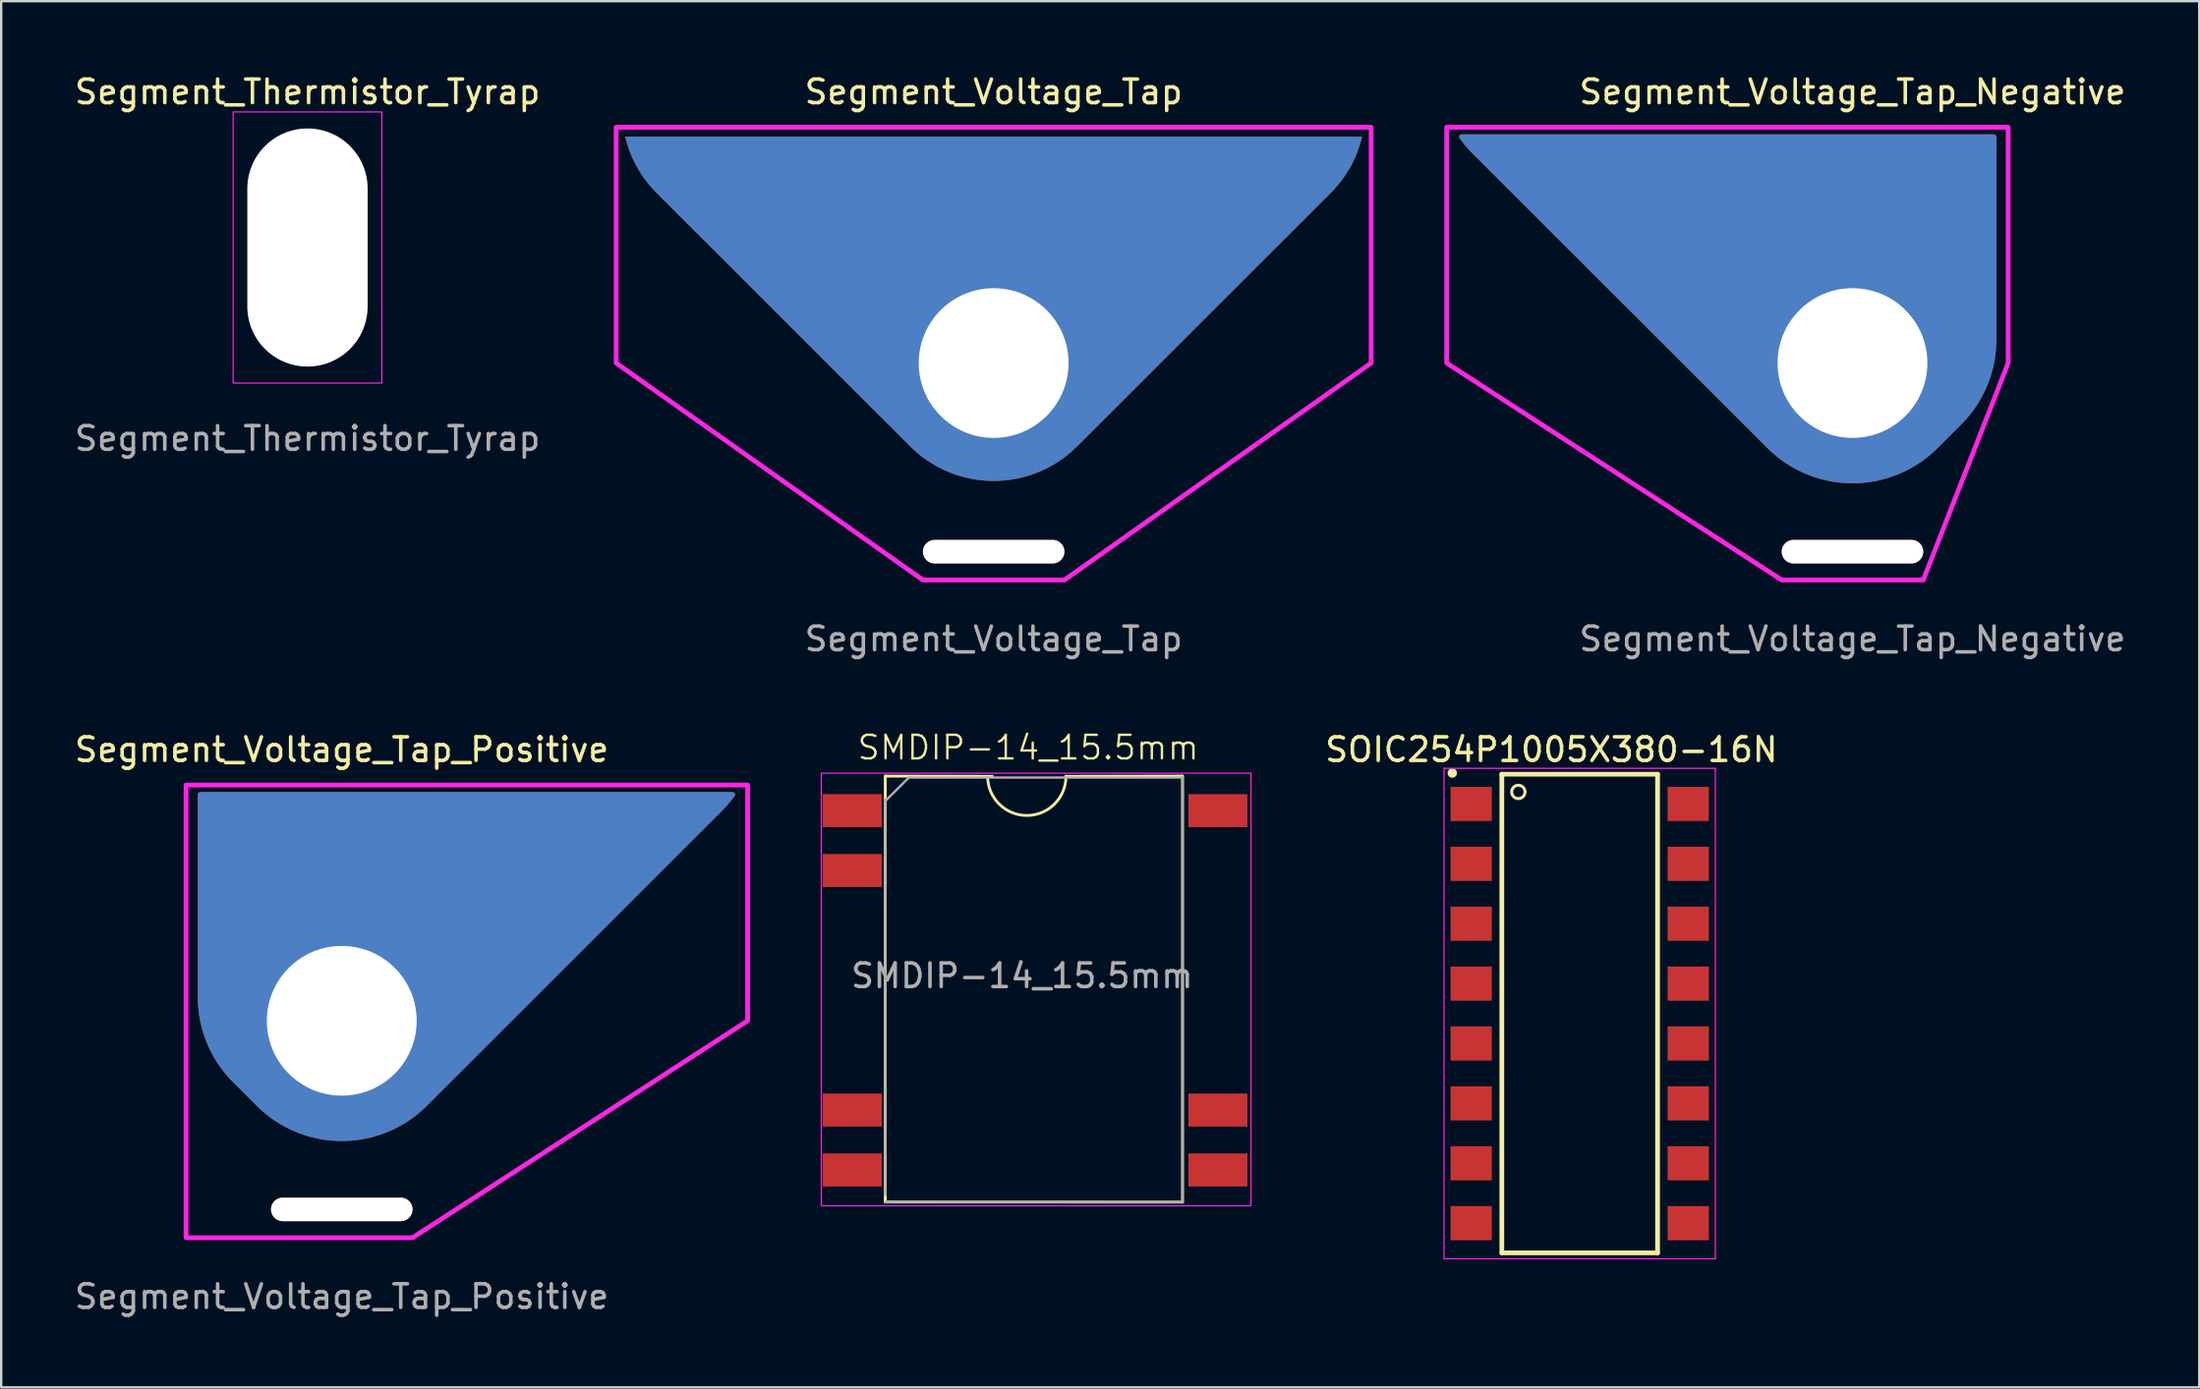
<source format=kicad_pcb>
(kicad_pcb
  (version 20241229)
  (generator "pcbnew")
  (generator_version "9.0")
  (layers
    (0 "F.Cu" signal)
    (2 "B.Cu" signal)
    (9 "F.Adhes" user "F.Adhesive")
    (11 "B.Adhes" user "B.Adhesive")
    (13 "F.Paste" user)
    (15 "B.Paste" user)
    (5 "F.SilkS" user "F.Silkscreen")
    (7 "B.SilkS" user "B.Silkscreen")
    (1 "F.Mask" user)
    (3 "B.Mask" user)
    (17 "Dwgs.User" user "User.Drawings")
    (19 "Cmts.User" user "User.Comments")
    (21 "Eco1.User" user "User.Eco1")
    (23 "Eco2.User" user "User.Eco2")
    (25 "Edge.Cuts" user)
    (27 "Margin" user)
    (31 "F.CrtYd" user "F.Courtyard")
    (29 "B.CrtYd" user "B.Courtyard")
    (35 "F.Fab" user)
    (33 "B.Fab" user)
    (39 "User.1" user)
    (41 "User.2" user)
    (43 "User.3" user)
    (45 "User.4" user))
  (footprint "Segment_Voltage_Tap_Positive"
    (layer "F.Cu")
    (at 11.435 40.245)
    (property "Reference" "Segment_Voltage_Tap_Positive" (at 0 -11.5 0) (unlocked yes) (layer "F.SilkS") (effects (font (size 1 1) (thickness 0.15))))
    (attr through_hole)
    (fp_circle (center 0 0) (end 4.75 0) (stroke (width 0.4) (type solid)) (fill yes) (layer "B.Mask"))
    (fp_poly (pts (xy -6.6 -10) (xy 17.2 -10) (xy 17.2 0) (xy 3 9.2) (xy -6.6 9.2)) (stroke (width 0.2) (type solid)) (fill no) (layer "F.CrtYd"))
    (fp_text user "${REFERENCE}" (at 0 11.7 0) (unlocked yes) (layer "F.Fab") (effects (font (size 1 1) (thickness 0.15))))
    (pad "" np_thru_hole roundrect (at 0 8) (size 6 1) (drill oval 6 1) (layers "*.Mask" "F.Cu") (roundrect_rratio 0.5))
    (pad "1" thru_hole custom (at 0 0) (size 10 10) (drill 6.35) (layers "*.Cu" "F.Mask") (options (anchor circle)) (primitives (gr_circle (center 0 0) (end 2.1 0) (width 0.2) (fill no)) (gr_poly (pts (arc (start -4.535534 2.535534) (mid -5.619398 0.913417) (end -6 -1)) (xy -6 -9.6) (arc (start 16.573082 -9.6) (mid 16.317556 -9.271028) (end 16.035534 -8.964466)) (arc (start 3.535534 3.535534) (mid 0 5) (end -3.535534 3.535534))) (width 0.2) (fill yes)))))
  (footprint "Segment_Voltage_Tap_Negative"
    (layer "F.Cu")
    (at 75.464 12.348)
    (property "Reference" "Segment_Voltage_Tap_Negative" (at 0 -11.5 0) (unlocked yes) (layer "F.SilkS") (effects (font (size 1 1) (thickness 0.15))))
    (attr through_hole)
    (fp_circle (center 0 0) (end 4.75 0) (stroke (width 0.4) (type solid)) (fill yes) (layer "B.Mask"))
    (fp_poly (pts (xy -17.2 -10) (xy 6.6 -10) (xy 6.6 0) (xy 3 9.2) (xy -3 9.2) (xy -17.2 0)) (stroke (width 0.2) (type solid)) (fill no) (layer "F.CrtYd"))
    (fp_text user "${REFERENCE}" (at 0 11.7 0) (unlocked yes) (layer "F.Fab") (effects (font (size 1 1) (thickness 0.15))))
    (pad "" np_thru_hole roundrect (at 0 8) (size 6 1) (drill oval 6 1) (layers "*.Mask" "F.Cu") (roundrect_rratio 0.5))
    (pad "1" thru_hole custom (at 0 0) (size 10 10) (drill 6.35) (layers "*.Cu" "F.Mask") (options (anchor circle)) (primitives (gr_poly (pts (arc (start -3.535534 3.535534) (mid 0 5) (end 3.535534 3.535534)) (arc (start 4.535534 2.535534) (mid 5.619398 0.913417) (end 6 -1)) (xy 6 -9.6) (arc (start -16.573082 -9.6) (mid -16.317556 -9.271027) (end -16.035534 -8.964466))) (width 0.2) (fill yes)) (gr_circle (center 0 0) (end 2.1 0) (width 0.2) (fill no)))))
  (footprint "Segment_Thermistor_Tyrap"
    (layer "F.Cu")
    (at 9.982 7.448)
    (property "Reference" "Segment_Thermistor_Tyrap" (at 0 -6.6 0) (unlocked yes) (layer "F.SilkS") (effects (font (size 1 1) (thickness 0.15))))
    (attr through_hole)
    (fp_rect (start -3.15 -5.75) (end 3.15 5.75) (stroke (width 0.05) (type default)) (fill no) (layer "F.CrtYd"))
    (fp_text user "${REFERENCE}" (at 0 8.1 0) (unlocked yes) (layer "F.Fab") (effects (font (size 1 1) (thickness 0.15))))
    (pad "" np_thru_hole oval (at 0 0) (size 5.1 10.1) (drill oval 5.1 10.1) (layers "*.Cu" "*.Mask")))
  (footprint "SMDIP-14_15.5mm"
    (layer "F.Cu")
    (at 33.07 31.332)
    (property "Reference" "SMDIP-14_15.5mm" (at 7.46 -2.675 0) (unlocked yes) (layer "F.SilkS") (effects (font (size 1 1) (thickness 0.1))))
    (attr smd)
    (fp_line (start 1.4 -1.465) (end 1.4 16.6) (stroke (width 0.12) (type solid)) (layer "F.SilkS"))
    (fp_line (start 1.4 16.6) (end 14 16.605) (stroke (width 0.12) (type solid)) (layer "F.SilkS"))
    (fp_line (start 5.94 -1.455) (end 1.4 -1.465) (stroke (width 0.12) (type solid)) (layer "F.SilkS"))
    (fp_line (start 14 -1.465) (end 9.06 -1.455) (stroke (width 0.12) (type solid)) (layer "F.SilkS"))
    (fp_line (start 14 16.605) (end 14 -1.465) (stroke (width 0.12) (type solid)) (layer "F.SilkS"))
    (fp_arc (start 9.06 -1.455) (mid 7.4 0.205) (end 5.74 -1.455) (stroke (width 0.12) (type solid)) (layer "F.SilkS"))
    (fp_line (start -1.31 -1.59) (end -1.31 16.76) (stroke (width 0.05) (type solid)) (layer "F.CrtYd"))
    (fp_line (start -1.31 16.76) (end 16.9 16.76) (stroke (width 0.05) (type solid)) (layer "F.CrtYd"))
    (fp_line (start 16.9 -1.59) (end -1.31 -1.59) (stroke (width 0.05) (type solid)) (layer "F.CrtYd"))
    (fp_line (start 16.9 16.76) (end 16.9 -1.59) (stroke (width 0.05) (type solid)) (layer "F.CrtYd"))
    (fp_line (start 1.4 -0.405) (end 2.4 -1.405) (stroke (width 0.1) (type solid)) (layer "F.Fab"))
    (fp_line (start 1.4 16.295) (end 1.4 -0.485) (stroke (width 0.1) (type solid)) (layer "F.Fab"))
    (fp_line (start 2.4 -1.405) (end 14 -1.405) (stroke (width 0.1) (type solid)) (layer "F.Fab"))
    (fp_line (start 14 -1.405) (end 14 16.605) (stroke (width 0.1) (type solid)) (layer "F.Fab"))
    (fp_line (start 14 16.605) (end 1.4 16.6) (stroke (width 0.1) (type solid)) (layer "F.Fab"))
    (fp_text user "${REFERENCE}" (at 7.2 7.005 0) (unlocked yes) (layer "F.Fab") (effects (font (size 1 1) (thickness 0.15))))
    (pad "1" smd rect (at 0 0) (size 2.5 1.4) (layers "F.Cu" "F.Mask" "F.Paste"))
    (pad "2" smd rect (at 0 2.54) (size 2.5 1.4) (layers "F.Cu" "F.Mask" "F.Paste"))
    (pad "6" smd rect (at 0 12.7) (size 2.5 1.4) (layers "F.Cu" "F.Mask" "F.Paste"))
    (pad "7" smd rect (at 0 15.24) (size 2.5 1.4) (layers "F.Cu" "F.Mask" "F.Paste"))
    (pad "8" smd rect (at 15.5 15.24) (size 2.5 1.4) (layers "F.Cu" "F.Mask" "F.Paste"))
    (pad "9" smd rect (at 15.5 12.7) (size 2.5 1.4) (layers "F.Cu" "F.Mask" "F.Paste"))
    (pad "14" smd rect (at 15.5 0) (size 2.5 1.4) (layers "F.Cu" "F.Mask" "F.Paste")))
  (footprint "Segment_Voltage_Tap"
    (layer "F.Cu")
    (at 39.064 12.348)
    (property "Reference" "Segment_Voltage_Tap" (at 0 -11.5 0) (unlocked yes) (layer "F.SilkS") (effects (font (size 1 1) (thickness 0.15))))
    (attr through_hole)
    (fp_circle (center 0 0) (end 4.75 0) (stroke (width 0.4) (type solid)) (fill yes) (layer "B.Mask"))
    (fp_poly (pts (xy -16 -10) (xy 16 -10) (xy 16 0) (xy 3 9.2) (xy -3 9.2) (xy -16 0)) (stroke (width 0.2) (type solid)) (fill no) (layer "F.CrtYd"))
    (fp_text user "${REFERENCE}" (at 0 11.7 0) (unlocked yes) (layer "F.Fab") (effects (font (size 1 1) (thickness 0.15))))
    (pad "" np_thru_hole roundrect (at 0 8) (size 6 1) (drill oval 6 1) (layers "*.Mask" "F.Cu") (roundrect_rratio 0.5))
    (pad "1" thru_hole custom (at 0 0) (size 10 10) (drill 6.35) (layers "*.Cu" "F.Mask") (options (anchor circle)) (primitives (gr_poly (pts (arc (start 14.285534 -7.214466) (mid 15.1168 -8.314623) (end 15.615953 -9.6)) (arc (start -15.615953 -9.6) (mid -15.1168 -8.314623) (end -14.285534 -7.214466)) (arc (start -3.535534 3.535534) (mid 0 5) (end 3.535534 3.535534))) (width 0) (fill yes)) (gr_circle (center 0 0) (end 2.1 0) (width 0.2) (fill no)))))
  (footprint "SOIC254P1005X380-16N"
    (layer "F.Cu")
    (at 63.903 39.938)
    (property "Reference" "SOIC254P1005X380-16N" (at -1.198 -11.192 0) (layer "F.SilkS") (effects (font (size 1.001 1.001) (thickness 0.15))))
    (attr through_hole)
    (fp_line (start -3.3 -10.15) (end 3.3 -10.15) (stroke (width 0.2) (type solid)) (layer "F.SilkS"))
    (fp_line (start -3.3 10.15) (end -3.3 -10.15) (stroke (width 0.2) (type solid)) (layer "F.SilkS"))
    (fp_line (start 3.3 -10.15) (end 3.3 10.15) (stroke (width 0.2) (type solid)) (layer "F.SilkS"))
    (fp_line (start 3.3 10.15) (end -3.3 10.15) (stroke (width 0.2) (type solid)) (layer "F.SilkS"))
    (fp_circle (center -5.4 -10.2) (end -5.3 -10.2) (stroke (width 0.2) (type solid)) (fill no) (layer "F.SilkS"))
    (fp_circle (center -2.6 -9.4) (end -2.317 -9.4) (stroke (width 0.127) (type solid)) (fill no) (layer "F.SilkS"))
    (fp_line (start -5.75 -10.4) (end 5.75 -10.4) (stroke (width 0.05) (type solid)) (layer "F.CrtYd"))
    (fp_line (start -5.75 10.4) (end -5.75 -10.4) (stroke (width 0.05) (type solid)) (layer "F.CrtYd"))
    (fp_line (start 5.75 -10.4) (end 5.75 10.4) (stroke (width 0.05) (type solid)) (layer "F.CrtYd"))
    (fp_line (start 5.75 10.4) (end -5.75 10.4) (stroke (width 0.05) (type solid)) (layer "F.CrtYd"))
    (pad "1" smd rect (at -4.6 -8.89) (size 1.75 1.45) (layers "F.Cu" "F.Mask" "F.Paste"))
    (pad "2" smd rect (at -4.6 -6.35) (size 1.75 1.45) (layers "F.Cu" "F.Mask" "F.Paste"))
    (pad "3" smd rect (at -4.6 -3.81) (size 1.75 1.45) (layers "F.Cu" "F.Mask" "F.Paste"))
    (pad "4" smd rect (at -4.6 -1.27) (size 1.75 1.45) (layers "F.Cu" "F.Mask" "F.Paste"))
    (pad "5" smd rect (at -4.6 1.27) (size 1.75 1.45) (layers "F.Cu" "F.Mask" "F.Paste"))
    (pad "6" smd rect (at -4.6 3.81) (size 1.75 1.45) (layers "F.Cu" "F.Mask" "F.Paste"))
    (pad "7" smd rect (at -4.6 6.35) (size 1.75 1.45) (layers "F.Cu" "F.Mask" "F.Paste"))
    (pad "8" smd rect (at -4.6 8.89) (size 1.75 1.45) (layers "F.Cu" "F.Mask" "F.Paste"))
    (pad "9" smd rect (at 4.6 8.89 180) (size 1.75 1.45) (layers "F.Cu" "F.Mask" "F.Paste"))
    (pad "10" smd rect (at 4.6 6.35 180) (size 1.75 1.45) (layers "F.Cu" "F.Mask" "F.Paste"))
    (pad "11" smd rect (at 4.6 3.81 180) (size 1.75 1.45) (layers "F.Cu" "F.Mask" "F.Paste"))
    (pad "12" smd rect (at 4.6 1.27 180) (size 1.75 1.45) (layers "F.Cu" "F.Mask" "F.Paste"))
    (pad "13" smd rect (at 4.6 -1.27 180) (size 1.75 1.45) (layers "F.Cu" "F.Mask" "F.Paste"))
    (pad "14" smd rect (at 4.6 -3.81 180) (size 1.75 1.45) (layers "F.Cu" "F.Mask" "F.Paste"))
    (pad "15" smd rect (at 4.6 -6.35 180) (size 1.75 1.45) (layers "F.Cu" "F.Mask" "F.Paste"))
    (pad "16" smd rect (at 4.6 -8.89 180) (size 1.75 1.45) (layers "F.Cu" "F.Mask" "F.Paste")))
  (gr_rect
    (start -3 -3)
    (end 90.161 55.793)
    (stroke (width 0.1) (type default))
    (fill no)
    (layer "Edge.Cuts")))
</source>
